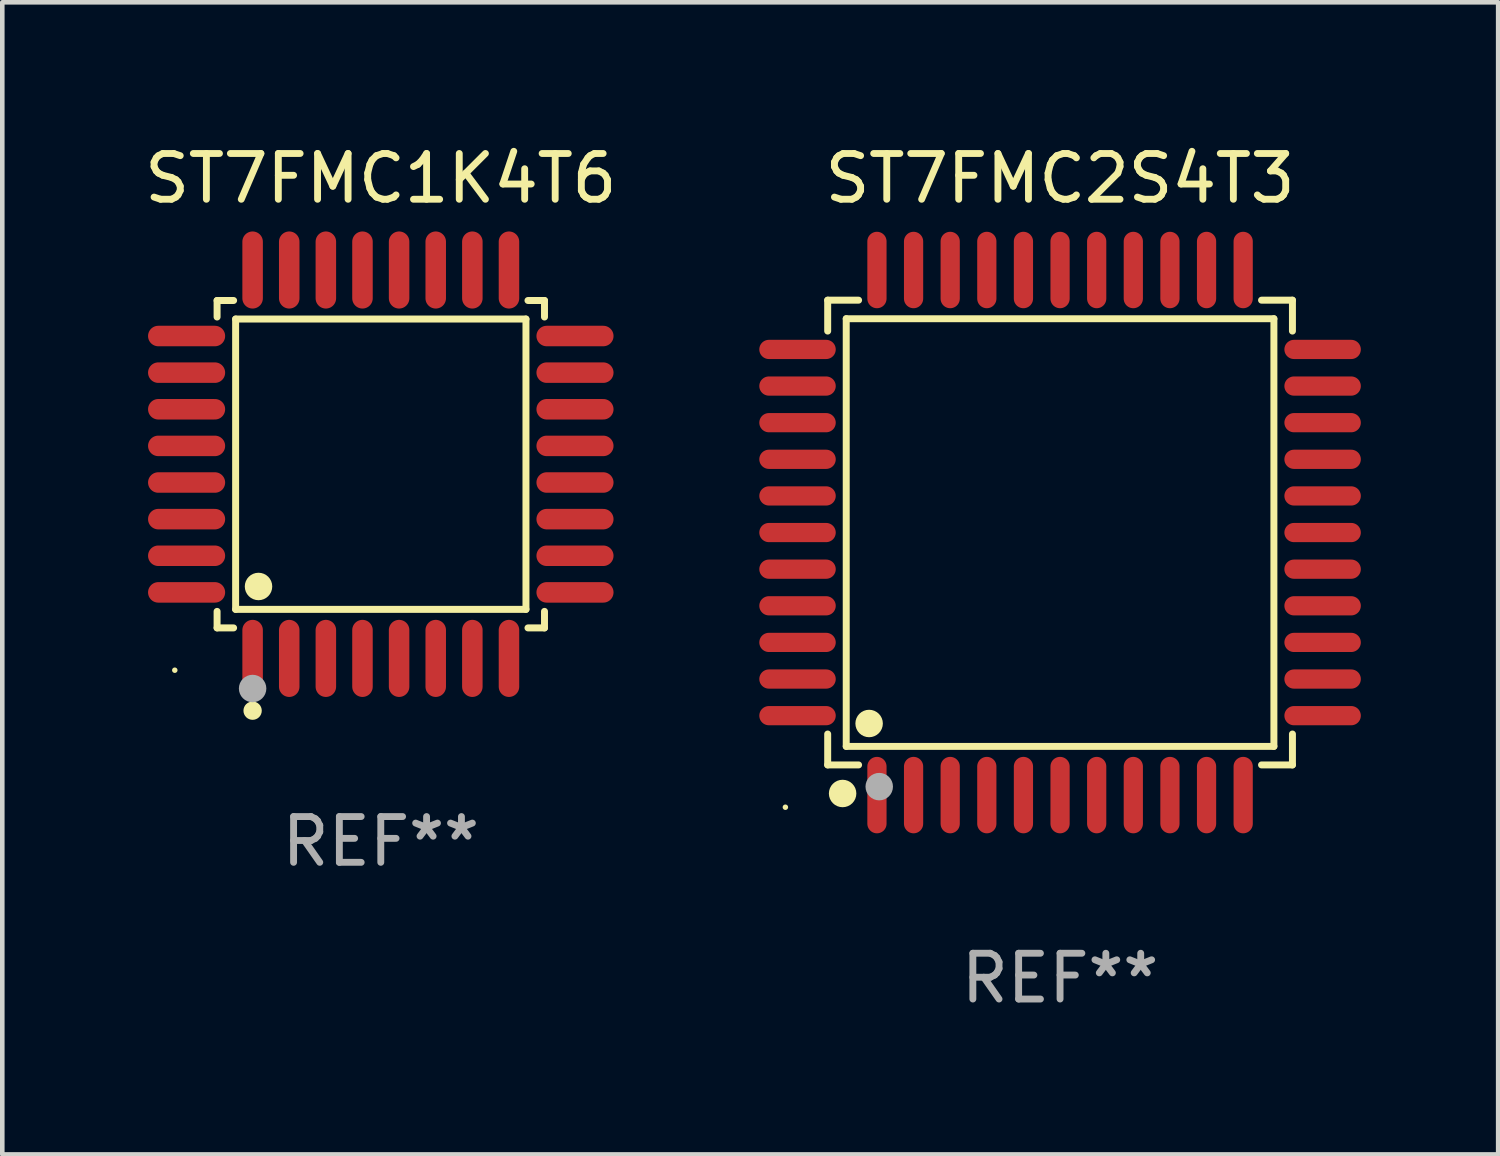
<source format=kicad_pcb>
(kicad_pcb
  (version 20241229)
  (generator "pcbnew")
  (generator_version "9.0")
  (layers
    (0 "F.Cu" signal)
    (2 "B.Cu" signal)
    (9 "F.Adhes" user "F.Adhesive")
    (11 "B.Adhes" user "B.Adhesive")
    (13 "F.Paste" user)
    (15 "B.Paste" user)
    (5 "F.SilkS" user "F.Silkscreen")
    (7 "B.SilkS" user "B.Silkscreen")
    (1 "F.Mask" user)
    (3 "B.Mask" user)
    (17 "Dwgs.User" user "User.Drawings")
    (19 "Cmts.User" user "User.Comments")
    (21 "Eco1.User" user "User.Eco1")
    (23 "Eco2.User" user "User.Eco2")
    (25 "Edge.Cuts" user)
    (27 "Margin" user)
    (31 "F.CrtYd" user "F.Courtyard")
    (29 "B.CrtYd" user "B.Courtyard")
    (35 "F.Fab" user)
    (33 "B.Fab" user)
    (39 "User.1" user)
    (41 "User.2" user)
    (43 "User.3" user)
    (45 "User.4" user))
  (footprint "ST7FMC2S4T3"
    (layer "F.Cu")
    (at 20.106 8.583)
    (property "Reference" "ST7FMC2S4T3" (at 0 -7.735 0) (layer "F.SilkS") (effects (font (size 1 1) (thickness 0.15))))
    (attr through_hole)
    (fp_line (start -5.076 -5.076) (end -4.401 -5.076) (stroke (width 0.152) (type solid)) (layer "F.SilkS"))
    (fp_line (start -5.076 -4.401) (end -5.076 -5.076) (stroke (width 0.152) (type solid)) (layer "F.SilkS"))
    (fp_line (start -5.076 4.401) (end -5.076 5.076) (stroke (width 0.152) (type solid)) (layer "F.SilkS"))
    (fp_line (start -5.076 5.076) (end -4.401 5.076) (stroke (width 0.152) (type solid)) (layer "F.SilkS"))
    (fp_line (start -4.671 -4.671) (end 4.671 -4.671) (stroke (width 0.152) (type solid)) (layer "F.SilkS"))
    (fp_line (start -4.671 4.671) (end -4.671 -4.671) (stroke (width 0.152) (type solid)) (layer "F.SilkS"))
    (fp_line (start 4.671 -4.671) (end 4.671 4.671) (stroke (width 0.152) (type solid)) (layer "F.SilkS"))
    (fp_line (start 4.671 4.671) (end -4.671 4.671) (stroke (width 0.152) (type solid)) (layer "F.SilkS"))
    (fp_line (start 5.076 -5.076) (end 4.401 -5.076) (stroke (width 0.152) (type solid)) (layer "F.SilkS"))
    (fp_line (start 5.076 -4.401) (end 5.076 -5.076) (stroke (width 0.152) (type solid)) (layer "F.SilkS"))
    (fp_line (start 5.076 4.401) (end 5.076 5.076) (stroke (width 0.152) (type solid)) (layer "F.SilkS"))
    (fp_line (start 5.076 5.076) (end 4.401 5.076) (stroke (width 0.152) (type solid)) (layer "F.SilkS"))
    (fp_circle (center -6 6) (end -5.97 6) (stroke (width 0.06) (type solid)) (fill no) (layer "F.SilkS"))
    (fp_circle (center -4.75 5.7) (end -4.6 5.7) (stroke (width 0.3) (type solid)) (fill no) (layer "F.SilkS"))
    (fp_circle (center -4.171 4.171) (end -4.021 4.171) (stroke (width 0.3) (type solid)) (fill no) (layer "F.SilkS"))
    (fp_circle (center -3.95 5.55) (end -3.8 5.55) (stroke (width 0.3) (type solid)) (fill no) (layer "F.Fab"))
    (fp_text user "REF**" (at 0 9.735 0) (layer "F.Fab") (effects (font (size 1 1) (thickness 0.15))))
    (pad "1" smd oval (at -4 5.735) (size 0.42 1.67) (layers "F.Cu" "F.Mask" "F.Paste"))
    (pad "2" smd oval (at -3.2 5.735) (size 0.42 1.67) (layers "F.Cu" "F.Mask" "F.Paste"))
    (pad "3" smd oval (at -2.4 5.735) (size 0.42 1.67) (layers "F.Cu" "F.Mask" "F.Paste"))
    (pad "4" smd oval (at -1.6 5.735) (size 0.42 1.67) (layers "F.Cu" "F.Mask" "F.Paste"))
    (pad "5" smd oval (at -0.8 5.735) (size 0.42 1.67) (layers "F.Cu" "F.Mask" "F.Paste"))
    (pad "6" smd oval (at 0 5.735) (size 0.42 1.67) (layers "F.Cu" "F.Mask" "F.Paste"))
    (pad "7" smd oval (at 0.8 5.735) (size 0.42 1.67) (layers "F.Cu" "F.Mask" "F.Paste"))
    (pad "8" smd oval (at 1.6 5.735) (size 0.42 1.67) (layers "F.Cu" "F.Mask" "F.Paste"))
    (pad "9" smd oval (at 2.4 5.735) (size 0.42 1.67) (layers "F.Cu" "F.Mask" "F.Paste"))
    (pad "10" smd oval (at 3.2 5.735) (size 0.42 1.67) (layers "F.Cu" "F.Mask" "F.Paste"))
    (pad "11" smd oval (at 4 5.735) (size 0.42 1.67) (layers "F.Cu" "F.Mask" "F.Paste"))
    (pad "12" smd oval (at 5.735 4) (size 1.67 0.42) (layers "F.Cu" "F.Mask" "F.Paste"))
    (pad "13" smd oval (at 5.735 3.2) (size 1.67 0.42) (layers "F.Cu" "F.Mask" "F.Paste"))
    (pad "14" smd oval (at 5.735 2.4) (size 1.67 0.42) (layers "F.Cu" "F.Mask" "F.Paste"))
    (pad "15" smd oval (at 5.735 1.6) (size 1.67 0.42) (layers "F.Cu" "F.Mask" "F.Paste"))
    (pad "16" smd oval (at 5.735 0.8) (size 1.67 0.42) (layers "F.Cu" "F.Mask" "F.Paste"))
    (pad "17" smd oval (at 5.735 0) (size 1.67 0.42) (layers "F.Cu" "F.Mask" "F.Paste"))
    (pad "18" smd oval (at 5.735 -0.8) (size 1.67 0.42) (layers "F.Cu" "F.Mask" "F.Paste"))
    (pad "19" smd oval (at 5.735 -1.6) (size 1.67 0.42) (layers "F.Cu" "F.Mask" "F.Paste"))
    (pad "20" smd oval (at 5.735 -2.4) (size 1.67 0.42) (layers "F.Cu" "F.Mask" "F.Paste"))
    (pad "21" smd oval (at 5.735 -3.2) (size 1.67 0.42) (layers "F.Cu" "F.Mask" "F.Paste"))
    (pad "22" smd oval (at 5.735 -4) (size 1.67 0.42) (layers "F.Cu" "F.Mask" "F.Paste"))
    (pad "23" smd oval (at 4 -5.735) (size 0.42 1.67) (layers "F.Cu" "F.Mask" "F.Paste"))
    (pad "24" smd oval (at 3.2 -5.735) (size 0.42 1.67) (layers "F.Cu" "F.Mask" "F.Paste"))
    (pad "25" smd oval (at 2.4 -5.735) (size 0.42 1.67) (layers "F.Cu" "F.Mask" "F.Paste"))
    (pad "26" smd oval (at 1.6 -5.735) (size 0.42 1.67) (layers "F.Cu" "F.Mask" "F.Paste"))
    (pad "27" smd oval (at 0.8 -5.735) (size 0.42 1.67) (layers "F.Cu" "F.Mask" "F.Paste"))
    (pad "28" smd oval (at 0 -5.735) (size 0.42 1.67) (layers "F.Cu" "F.Mask" "F.Paste"))
    (pad "29" smd oval (at -0.8 -5.735) (size 0.42 1.67) (layers "F.Cu" "F.Mask" "F.Paste"))
    (pad "30" smd oval (at -1.6 -5.735) (size 0.42 1.67) (layers "F.Cu" "F.Mask" "F.Paste"))
    (pad "31" smd oval (at -2.4 -5.735) (size 0.42 1.67) (layers "F.Cu" "F.Mask" "F.Paste"))
    (pad "32" smd oval (at -3.2 -5.735) (size 0.42 1.67) (layers "F.Cu" "F.Mask" "F.Paste"))
    (pad "33" smd oval (at -4 -5.735) (size 0.42 1.67) (layers "F.Cu" "F.Mask" "F.Paste"))
    (pad "34" smd oval (at -5.735 -4) (size 1.67 0.42) (layers "F.Cu" "F.Mask" "F.Paste"))
    (pad "35" smd oval (at -5.735 -3.2) (size 1.67 0.42) (layers "F.Cu" "F.Mask" "F.Paste"))
    (pad "36" smd oval (at -5.735 -2.4) (size 1.67 0.42) (layers "F.Cu" "F.Mask" "F.Paste"))
    (pad "37" smd oval (at -5.735 -1.6) (size 1.67 0.42) (layers "F.Cu" "F.Mask" "F.Paste"))
    (pad "38" smd oval (at -5.735 -0.8) (size 1.67 0.42) (layers "F.Cu" "F.Mask" "F.Paste"))
    (pad "39" smd oval (at -5.735 0) (size 1.67 0.42) (layers "F.Cu" "F.Mask" "F.Paste"))
    (pad "40" smd oval (at -5.735 0.8) (size 1.67 0.42) (layers "F.Cu" "F.Mask" "F.Paste"))
    (pad "41" smd oval (at -5.735 1.6) (size 1.67 0.42) (layers "F.Cu" "F.Mask" "F.Paste"))
    (pad "42" smd oval (at -5.735 2.4) (size 1.67 0.42) (layers "F.Cu" "F.Mask" "F.Paste"))
    (pad "43" smd oval (at -5.735 3.2) (size 1.67 0.42) (layers "F.Cu" "F.Mask" "F.Paste"))
    (pad "44" smd oval (at -5.735 4) (size 1.67 0.42) (layers "F.Cu" "F.Mask" "F.Paste")))
  (footprint "ST7FMC1K4T6"
    (layer "F.Cu")
    (at 5.268 7.09)
    (property "Reference" "ST7FMC1K4T6" (at 0 -6.242 0) (layer "F.SilkS") (effects (font (size 1 1) (thickness 0.15))))
    (attr through_hole)
    (fp_line (start -3.576 -3.576) (end -3.215 -3.576) (stroke (width 0.152) (type solid)) (layer "F.SilkS"))
    (fp_line (start -3.576 -3.215) (end -3.576 -3.576) (stroke (width 0.152) (type solid)) (layer "F.SilkS"))
    (fp_line (start -3.576 3.215) (end -3.576 3.576) (stroke (width 0.152) (type solid)) (layer "F.SilkS"))
    (fp_line (start -3.576 3.576) (end -3.215 3.576) (stroke (width 0.152) (type solid)) (layer "F.SilkS"))
    (fp_line (start -3.171 -3.171) (end 3.171 -3.171) (stroke (width 0.152) (type solid)) (layer "F.SilkS"))
    (fp_line (start -3.171 3.171) (end -3.171 -3.171) (stroke (width 0.152) (type solid)) (layer "F.SilkS"))
    (fp_line (start 3.171 -3.171) (end 3.171 3.171) (stroke (width 0.152) (type solid)) (layer "F.SilkS"))
    (fp_line (start 3.171 3.171) (end -3.171 3.171) (stroke (width 0.152) (type solid)) (layer "F.SilkS"))
    (fp_line (start 3.576 -3.576) (end 3.215 -3.576) (stroke (width 0.152) (type solid)) (layer "F.SilkS"))
    (fp_line (start 3.576 -3.215) (end 3.576 -3.576) (stroke (width 0.152) (type solid)) (layer "F.SilkS"))
    (fp_line (start 3.576 3.215) (end 3.576 3.576) (stroke (width 0.152) (type solid)) (layer "F.SilkS"))
    (fp_line (start 3.576 3.576) (end 3.215 3.576) (stroke (width 0.152) (type solid)) (layer "F.SilkS"))
    (fp_circle (center -4.5 4.5) (end -4.47 4.5) (stroke (width 0.06) (type solid)) (fill no) (layer "F.SilkS"))
    (fp_circle (center -2.8 5.384) (end -2.7 5.384) (stroke (width 0.2) (type solid)) (fill no) (layer "F.SilkS"))
    (fp_circle (center -2.671 2.671) (end -2.521 2.671) (stroke (width 0.3) (type solid)) (fill no) (layer "F.SilkS"))
    (fp_circle (center -2.8 4.9) (end -2.65 4.9) (stroke (width 0.3) (type solid)) (fill no) (layer "F.Fab"))
    (fp_text user "REF**" (at 0 8.242 0) (layer "F.Fab") (effects (font (size 1 1) (thickness 0.15))))
    (pad "1" smd oval (at -2.8 4.242) (size 0.448 1.684) (layers "F.Cu" "F.Mask" "F.Paste"))
    (pad "2" smd oval (at -2 4.242) (size 0.448 1.684) (layers "F.Cu" "F.Mask" "F.Paste"))
    (pad "3" smd oval (at -1.2 4.242) (size 0.448 1.684) (layers "F.Cu" "F.Mask" "F.Paste"))
    (pad "4" smd oval (at -0.4 4.242) (size 0.448 1.684) (layers "F.Cu" "F.Mask" "F.Paste"))
    (pad "5" smd oval (at 0.4 4.242) (size 0.448 1.684) (layers "F.Cu" "F.Mask" "F.Paste"))
    (pad "6" smd oval (at 1.2 4.242) (size 0.448 1.684) (layers "F.Cu" "F.Mask" "F.Paste"))
    (pad "7" smd oval (at 2 4.242) (size 0.448 1.684) (layers "F.Cu" "F.Mask" "F.Paste"))
    (pad "8" smd oval (at 2.8 4.242) (size 0.448 1.684) (layers "F.Cu" "F.Mask" "F.Paste"))
    (pad "9" smd oval (at 4.242 2.8) (size 1.684 0.448) (layers "F.Cu" "F.Mask" "F.Paste"))
    (pad "10" smd oval (at 4.242 2) (size 1.684 0.448) (layers "F.Cu" "F.Mask" "F.Paste"))
    (pad "11" smd oval (at 4.242 1.2) (size 1.684 0.448) (layers "F.Cu" "F.Mask" "F.Paste"))
    (pad "12" smd oval (at 4.242 0.4) (size 1.684 0.448) (layers "F.Cu" "F.Mask" "F.Paste"))
    (pad "13" smd oval (at 4.242 -0.4) (size 1.684 0.448) (layers "F.Cu" "F.Mask" "F.Paste"))
    (pad "14" smd oval (at 4.242 -1.2) (size 1.684 0.448) (layers "F.Cu" "F.Mask" "F.Paste"))
    (pad "15" smd oval (at 4.242 -2) (size 1.684 0.448) (layers "F.Cu" "F.Mask" "F.Paste"))
    (pad "16" smd oval (at 4.242 -2.8) (size 1.684 0.448) (layers "F.Cu" "F.Mask" "F.Paste"))
    (pad "17" smd oval (at 2.8 -4.242) (size 0.448 1.684) (layers "F.Cu" "F.Mask" "F.Paste"))
    (pad "18" smd oval (at 2 -4.242) (size 0.448 1.684) (layers "F.Cu" "F.Mask" "F.Paste"))
    (pad "19" smd oval (at 1.2 -4.242) (size 0.448 1.684) (layers "F.Cu" "F.Mask" "F.Paste"))
    (pad "20" smd oval (at 0.4 -4.242) (size 0.448 1.684) (layers "F.Cu" "F.Mask" "F.Paste"))
    (pad "21" smd oval (at -0.4 -4.242) (size 0.448 1.684) (layers "F.Cu" "F.Mask" "F.Paste"))
    (pad "22" smd oval (at -1.2 -4.242) (size 0.448 1.684) (layers "F.Cu" "F.Mask" "F.Paste"))
    (pad "23" smd oval (at -2 -4.242) (size 0.448 1.684) (layers "F.Cu" "F.Mask" "F.Paste"))
    (pad "24" smd oval (at -2.8 -4.242) (size 0.448 1.684) (layers "F.Cu" "F.Mask" "F.Paste"))
    (pad "25" smd oval (at -4.242 -2.8) (size 1.684 0.448) (layers "F.Cu" "F.Mask" "F.Paste"))
    (pad "26" smd oval (at -4.242 -2) (size 1.684 0.448) (layers "F.Cu" "F.Mask" "F.Paste"))
    (pad "27" smd oval (at -4.242 -1.2) (size 1.684 0.448) (layers "F.Cu" "F.Mask" "F.Paste"))
    (pad "28" smd oval (at -4.242 -0.4) (size 1.684 0.448) (layers "F.Cu" "F.Mask" "F.Paste"))
    (pad "29" smd oval (at -4.242 0.4) (size 1.684 0.448) (layers "F.Cu" "F.Mask" "F.Paste"))
    (pad "30" smd oval (at -4.242 1.2) (size 1.684 0.448) (layers "F.Cu" "F.Mask" "F.Paste"))
    (pad "31" smd oval (at -4.242 2) (size 1.684 0.448) (layers "F.Cu" "F.Mask" "F.Paste"))
    (pad "32" smd oval (at -4.242 2.8) (size 1.684 0.448) (layers "F.Cu" "F.Mask" "F.Paste")))
  (gr_rect
    (start -3 -3)
    (end 29.676 22.167)
    (stroke (width 0.1) (type default))
    (fill no)
    (layer "Edge.Cuts")))
</source>
